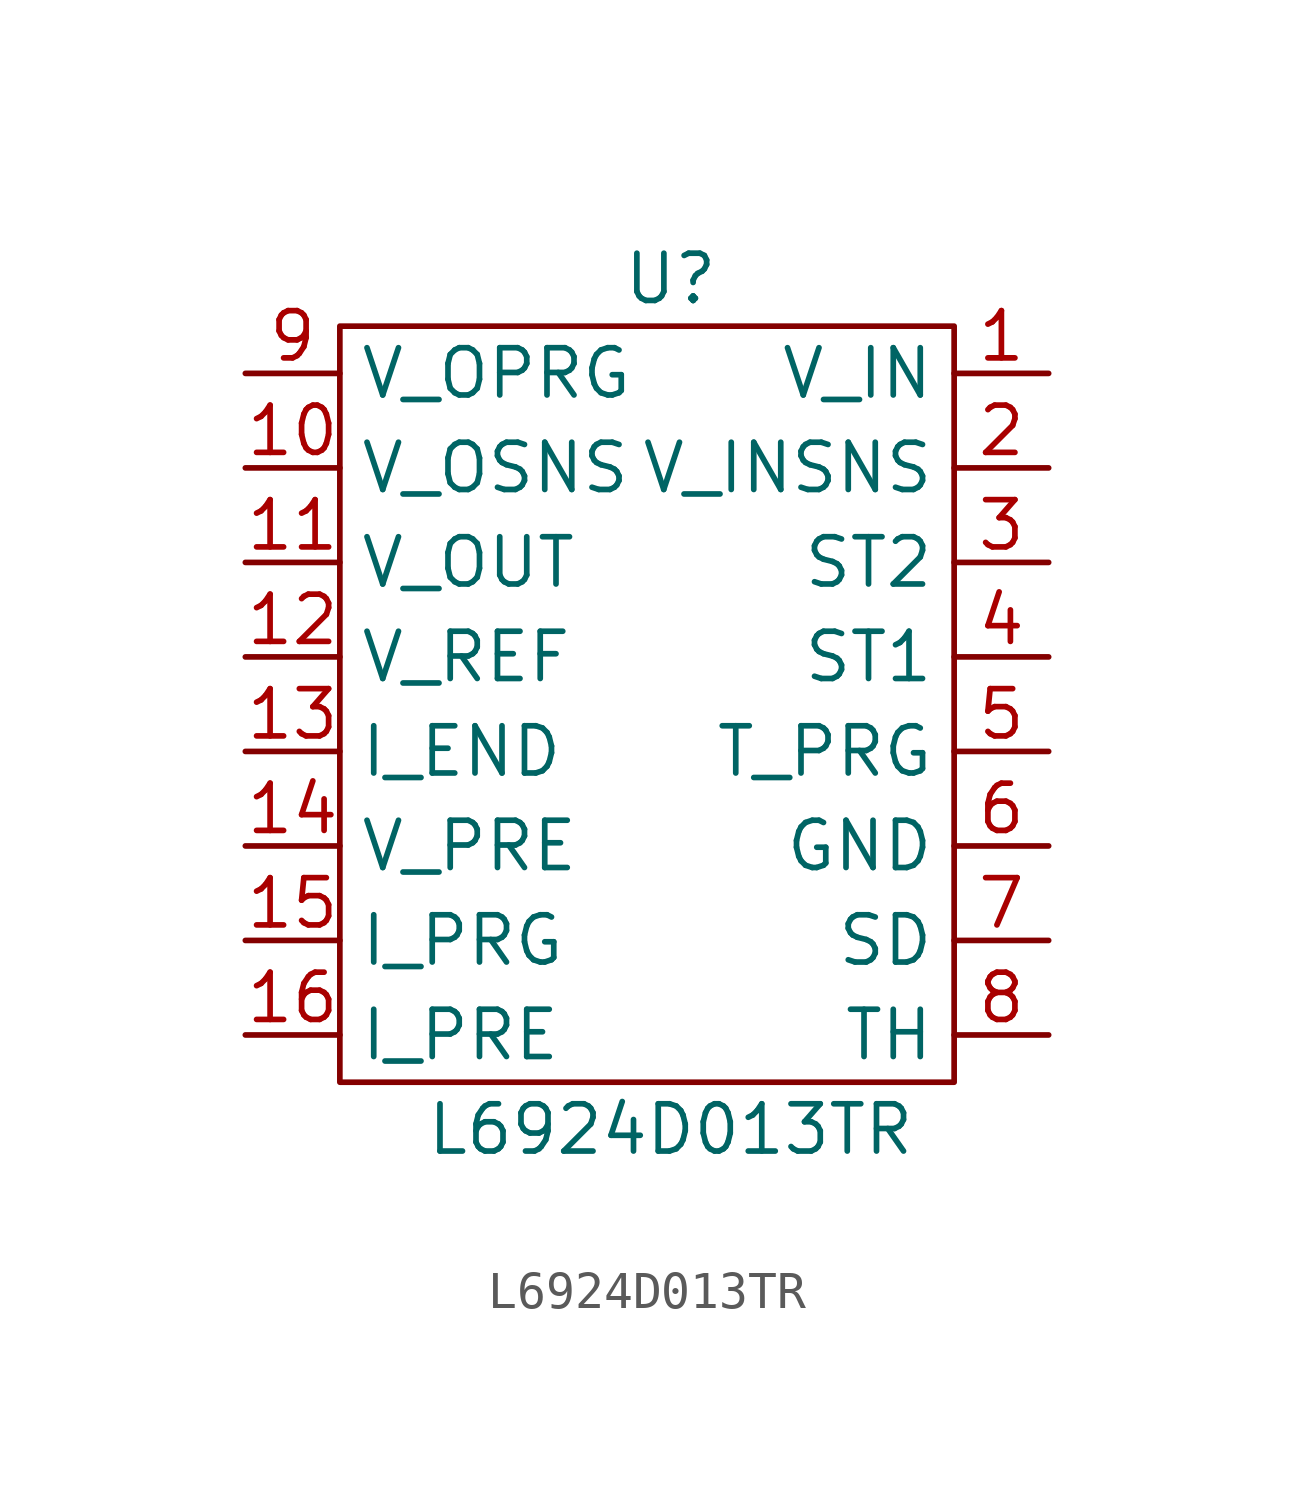
<source format=kicad_sym>
(kicad_symbol_lib
  (version 20211014)
  (generator kicad_symbol_editor)
  (symbol "L6924D013TR"
    (property "Reference" "U"
      (at 0 11.43 0)
      (effects (font (size 1.27 1.27))))
    (property "Value" "L6924D013TR"
      (at 0 -11.43 0)
      (effects (font (size 1.27 1.27))))
    (symbol "L6924D013TR_0_1"
      (rectangle (start -8.89 10.16) (end 7.62 -10.16) (stroke (width 0) (type default) (color 0 0 0 0)) (fill (type none))))
    (symbol "L6924D013TR_1_1"
      (pin power_in line (at 10.16 8.89 180) (length 2.54) (name "V_IN" (effects (font (size 1.27 1.27)))) (number "1" (effects (font (size 1.27 1.27)))))
      (pin input line (at -11.43 6.35 0) (length 2.54) (name "V_OSNS" (effects (font (size 1.27 1.27)))) (number "10" (effects (font (size 1.27 1.27)))))
      (pin input line (at -11.43 3.81 0) (length 2.54) (name "V_OUT" (effects (font (size 1.27 1.27)))) (number "11" (effects (font (size 1.27 1.27)))))
      (pin input line (at -11.43 1.27 0) (length 2.54) (name "V_REF" (effects (font (size 1.27 1.27)))) (number "12" (effects (font (size 1.27 1.27)))))
      (pin input line (at -11.43 -1.27 0) (length 2.54) (name "I_END" (effects (font (size 1.27 1.27)))) (number "13" (effects (font (size 1.27 1.27)))))
      (pin input line (at -11.43 -3.81 0) (length 2.54) (name "V_PRE" (effects (font (size 1.27 1.27)))) (number "14" (effects (font (size 1.27 1.27)))))
      (pin input line (at -11.43 -6.35 0) (length 2.54) (name "I_PRG" (effects (font (size 1.27 1.27)))) (number "15" (effects (font (size 1.27 1.27)))))
      (pin input line (at -11.43 -8.89 0) (length 2.54) (name "I_PRE" (effects (font (size 1.27 1.27)))) (number "16" (effects (font (size 1.27 1.27)))))
      (pin input line (at 10.16 6.35 180) (length 2.54) (name "V_INSNS" (effects (font (size 1.27 1.27)))) (number "2" (effects (font (size 1.27 1.27)))))
      (pin input line (at 10.16 3.81 180) (length 2.54) (name "ST2" (effects (font (size 1.27 1.27)))) (number "3" (effects (font (size 1.27 1.27)))))
      (pin input line (at 10.16 1.27 180) (length 2.54) (name "ST1" (effects (font (size 1.27 1.27)))) (number "4" (effects (font (size 1.27 1.27)))))
      (pin input line (at 10.16 -1.27 180) (length 2.54) (name "T_PRG" (effects (font (size 1.27 1.27)))) (number "5" (effects (font (size 1.27 1.27)))))
      (pin power_in line (at 10.16 -3.81 180) (length 2.54) (name "GND" (effects (font (size 1.27 1.27)))) (number "6" (effects (font (size 1.27 1.27)))))
      (pin input line (at 10.16 -6.35 180) (length 2.54) (name "SD" (effects (font (size 1.27 1.27)))) (number "7" (effects (font (size 1.27 1.27)))))
      (pin input line (at 10.16 -8.89 180) (length 2.54) (name "TH" (effects (font (size 1.27 1.27)))) (number "8" (effects (font (size 1.27 1.27)))))
      (pin input line (at -11.43 8.89 0) (length 2.54) (name "V_OPRG" (effects (font (size 1.27 1.27)))) (number "9" (effects (font (size 1.27 1.27))))))))
</source>
